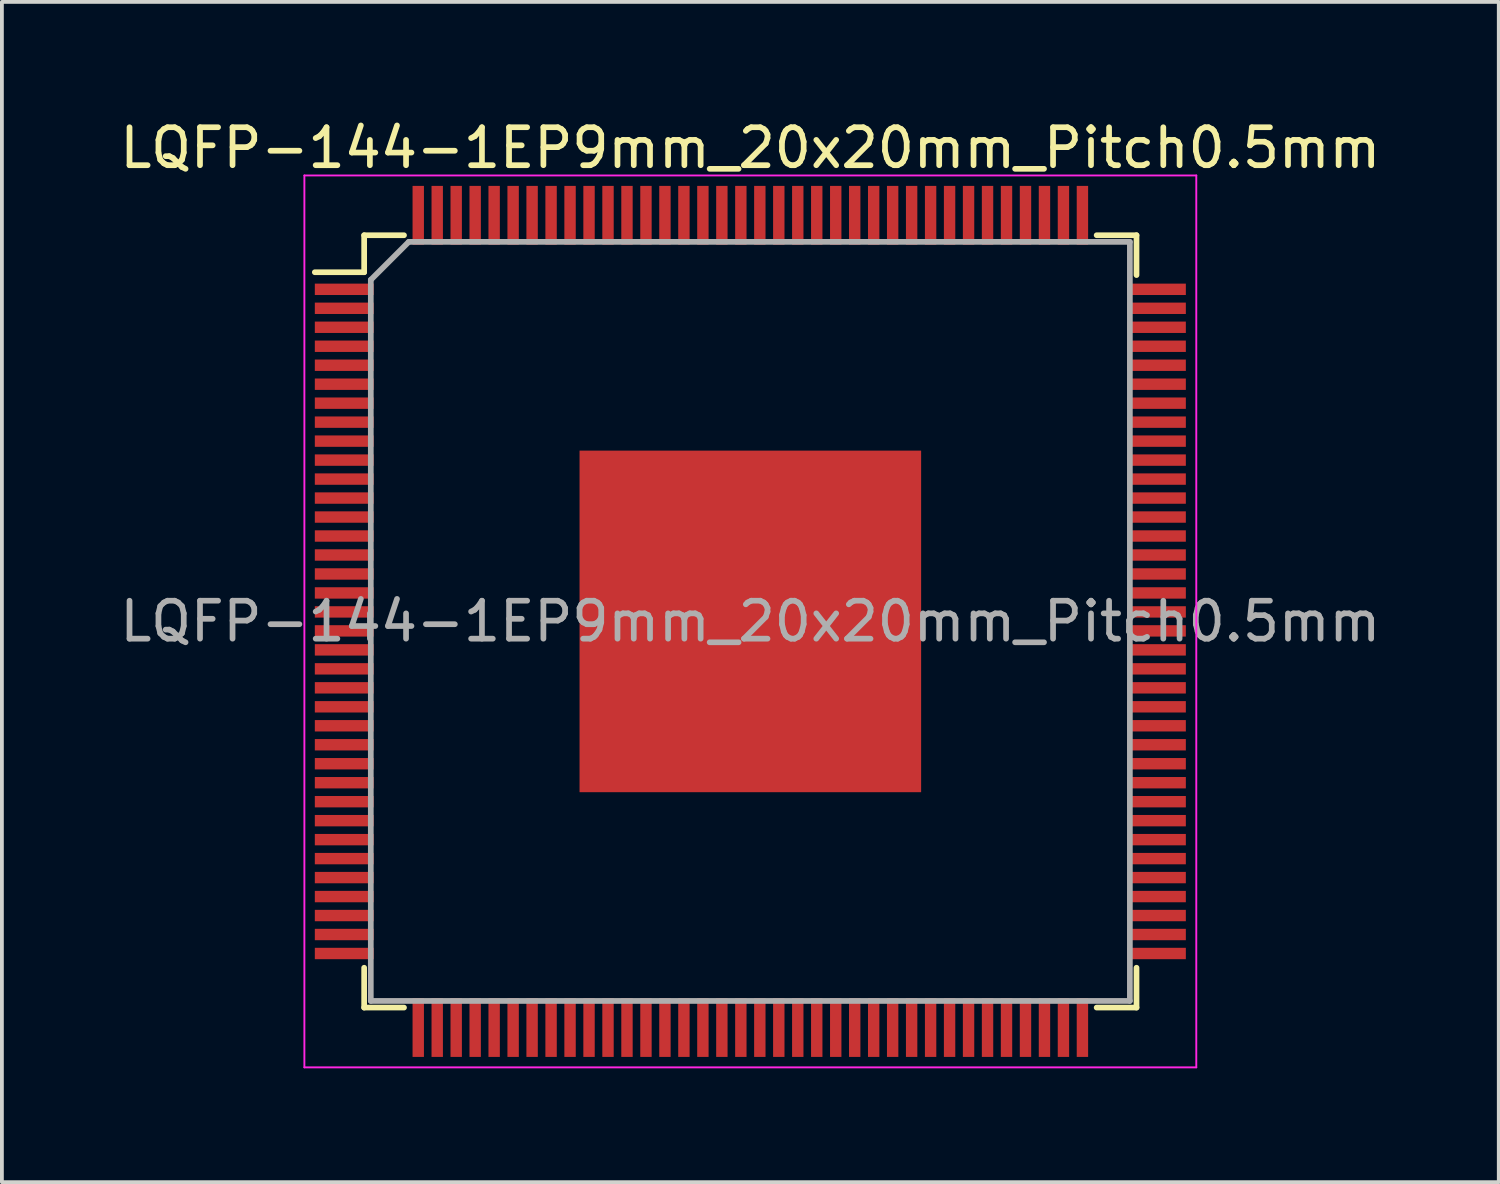
<source format=kicad_pcb>
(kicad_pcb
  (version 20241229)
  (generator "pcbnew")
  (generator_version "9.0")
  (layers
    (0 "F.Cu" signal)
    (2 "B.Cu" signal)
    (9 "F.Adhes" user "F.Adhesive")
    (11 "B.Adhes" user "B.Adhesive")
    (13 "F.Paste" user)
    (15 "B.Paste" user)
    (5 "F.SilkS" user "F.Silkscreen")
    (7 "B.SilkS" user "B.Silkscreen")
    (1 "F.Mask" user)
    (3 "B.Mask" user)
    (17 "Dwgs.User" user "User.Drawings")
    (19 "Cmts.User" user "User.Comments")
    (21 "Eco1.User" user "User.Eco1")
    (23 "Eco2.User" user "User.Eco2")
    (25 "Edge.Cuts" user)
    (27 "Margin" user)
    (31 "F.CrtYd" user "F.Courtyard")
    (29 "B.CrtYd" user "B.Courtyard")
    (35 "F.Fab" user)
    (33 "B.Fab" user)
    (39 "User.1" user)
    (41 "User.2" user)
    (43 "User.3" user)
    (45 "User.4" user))
  (footprint "LQFP-144-1EP9mm_20x20mm_Pitch0.5mm"
    (layer "F.Cu")
    (at 16.72 13.323)
    (property "Reference" "LQFP-144-1EP9mm_20x20mm_Pitch0.5mm" (at 0 -12.475 0) (layer "F.SilkS") (effects (font (size 1 1) (thickness 0.15))))
    (attr smd)
    (fp_line (start -10.175 -10.175) (end -10.175 -9.2) (stroke (width 0.15) (type solid)) (layer "F.SilkS"))
    (fp_line (start -10.175 -10.175) (end -9.125 -10.175) (stroke (width 0.15) (type solid)) (layer "F.SilkS"))
    (fp_line (start -10.175 -9.2) (end -11.475 -9.2) (stroke (width 0.15) (type solid)) (layer "F.SilkS"))
    (fp_line (start -10.175 10.175) (end -10.175 9.125) (stroke (width 0.15) (type solid)) (layer "F.SilkS"))
    (fp_line (start -10.175 10.175) (end -9.125 10.175) (stroke (width 0.15) (type solid)) (layer "F.SilkS"))
    (fp_line (start 10.175 -10.175) (end 9.125 -10.175) (stroke (width 0.15) (type solid)) (layer "F.SilkS"))
    (fp_line (start 10.175 -10.175) (end 10.175 -9.125) (stroke (width 0.15) (type solid)) (layer "F.SilkS"))
    (fp_line (start 10.175 10.175) (end 9.125 10.175) (stroke (width 0.15) (type solid)) (layer "F.SilkS"))
    (fp_line (start 10.175 10.175) (end 10.175 9.125) (stroke (width 0.15) (type solid)) (layer "F.SilkS"))
    (fp_line (start -11.75 -11.75) (end -11.75 11.75) (stroke (width 0.05) (type solid)) (layer "F.CrtYd"))
    (fp_line (start -11.75 -11.75) (end 11.75 -11.75) (stroke (width 0.05) (type solid)) (layer "F.CrtYd"))
    (fp_line (start -11.75 11.75) (end 11.75 11.75) (stroke (width 0.05) (type solid)) (layer "F.CrtYd"))
    (fp_line (start 11.75 -11.75) (end 11.75 11.75) (stroke (width 0.05) (type solid)) (layer "F.CrtYd"))
    (fp_line (start -10 -9) (end -9 -10) (stroke (width 0.15) (type solid)) (layer "F.Fab"))
    (fp_line (start -10 10) (end -10 -9) (stroke (width 0.15) (type solid)) (layer "F.Fab"))
    (fp_line (start -9 -10) (end 10 -10) (stroke (width 0.15) (type solid)) (layer "F.Fab"))
    (fp_line (start 10 -10) (end 10 10) (stroke (width 0.15) (type solid)) (layer "F.Fab"))
    (fp_line (start 10 10) (end -10 10) (stroke (width 0.15) (type solid)) (layer "F.Fab"))
    (fp_text user "${REFERENCE}" (at 0 0 0) (layer "F.Fab") (effects (font (size 1 1) (thickness 0.15))))
    (pad "1" smd rect (at -10.7 -8.75) (size 1.55 0.3) (layers "F.Cu" "F.Mask" "F.Paste"))
    (pad "2" smd rect (at -10.7 -8.25) (size 1.55 0.3) (layers "F.Cu" "F.Mask" "F.Paste"))
    (pad "3" smd rect (at -10.7 -7.75) (size 1.55 0.3) (layers "F.Cu" "F.Mask" "F.Paste"))
    (pad "4" smd rect (at -10.7 -7.25) (size 1.55 0.3) (layers "F.Cu" "F.Mask" "F.Paste"))
    (pad "5" smd rect (at -10.7 -6.75) (size 1.55 0.3) (layers "F.Cu" "F.Mask" "F.Paste"))
    (pad "6" smd rect (at -10.7 -6.25) (size 1.55 0.3) (layers "F.Cu" "F.Mask" "F.Paste"))
    (pad "7" smd rect (at -10.7 -5.75) (size 1.55 0.3) (layers "F.Cu" "F.Mask" "F.Paste"))
    (pad "8" smd rect (at -10.7 -5.25) (size 1.55 0.3) (layers "F.Cu" "F.Mask" "F.Paste"))
    (pad "9" smd rect (at -10.7 -4.75) (size 1.55 0.3) (layers "F.Cu" "F.Mask" "F.Paste"))
    (pad "10" smd rect (at -10.7 -4.25) (size 1.55 0.3) (layers "F.Cu" "F.Mask" "F.Paste"))
    (pad "11" smd rect (at -10.7 -3.75) (size 1.55 0.3) (layers "F.Cu" "F.Mask" "F.Paste"))
    (pad "12" smd rect (at -10.7 -3.25) (size 1.55 0.3) (layers "F.Cu" "F.Mask" "F.Paste"))
    (pad "13" smd rect (at -10.7 -2.75) (size 1.55 0.3) (layers "F.Cu" "F.Mask" "F.Paste"))
    (pad "14" smd rect (at -10.7 -2.25) (size 1.55 0.3) (layers "F.Cu" "F.Mask" "F.Paste"))
    (pad "15" smd rect (at -10.7 -1.75) (size 1.55 0.3) (layers "F.Cu" "F.Mask" "F.Paste"))
    (pad "16" smd rect (at -10.7 -1.25) (size 1.55 0.3) (layers "F.Cu" "F.Mask" "F.Paste"))
    (pad "17" smd rect (at -10.7 -0.75) (size 1.55 0.3) (layers "F.Cu" "F.Mask" "F.Paste"))
    (pad "18" smd rect (at -10.7 -0.25) (size 1.55 0.3) (layers "F.Cu" "F.Mask" "F.Paste"))
    (pad "19" smd rect (at -10.7 0.25) (size 1.55 0.3) (layers "F.Cu" "F.Mask" "F.Paste"))
    (pad "20" smd rect (at -10.7 0.75) (size 1.55 0.3) (layers "F.Cu" "F.Mask" "F.Paste"))
    (pad "21" smd rect (at -10.7 1.25) (size 1.55 0.3) (layers "F.Cu" "F.Mask" "F.Paste"))
    (pad "22" smd rect (at -10.7 1.75) (size 1.55 0.3) (layers "F.Cu" "F.Mask" "F.Paste"))
    (pad "23" smd rect (at -10.7 2.25) (size 1.55 0.3) (layers "F.Cu" "F.Mask" "F.Paste"))
    (pad "24" smd rect (at -10.7 2.75) (size 1.55 0.3) (layers "F.Cu" "F.Mask" "F.Paste"))
    (pad "25" smd rect (at -10.7 3.25) (size 1.55 0.3) (layers "F.Cu" "F.Mask" "F.Paste"))
    (pad "26" smd rect (at -10.7 3.75) (size 1.55 0.3) (layers "F.Cu" "F.Mask" "F.Paste"))
    (pad "27" smd rect (at -10.7 4.25) (size 1.55 0.3) (layers "F.Cu" "F.Mask" "F.Paste"))
    (pad "28" smd rect (at -10.7 4.75) (size 1.55 0.3) (layers "F.Cu" "F.Mask" "F.Paste"))
    (pad "29" smd rect (at -10.7 5.25) (size 1.55 0.3) (layers "F.Cu" "F.Mask" "F.Paste"))
    (pad "30" smd rect (at -10.7 5.75) (size 1.55 0.3) (layers "F.Cu" "F.Mask" "F.Paste"))
    (pad "31" smd rect (at -10.7 6.25) (size 1.55 0.3) (layers "F.Cu" "F.Mask" "F.Paste"))
    (pad "32" smd rect (at -10.7 6.75) (size 1.55 0.3) (layers "F.Cu" "F.Mask" "F.Paste"))
    (pad "33" smd rect (at -10.7 7.25) (size 1.55 0.3) (layers "F.Cu" "F.Mask" "F.Paste"))
    (pad "34" smd rect (at -10.7 7.75) (size 1.55 0.3) (layers "F.Cu" "F.Mask" "F.Paste"))
    (pad "35" smd rect (at -10.7 8.25) (size 1.55 0.3) (layers "F.Cu" "F.Mask" "F.Paste"))
    (pad "36" smd rect (at -10.7 8.75) (size 1.55 0.3) (layers "F.Cu" "F.Mask" "F.Paste"))
    (pad "37" smd rect (at -8.75 10.7 90) (size 1.55 0.3) (layers "F.Cu" "F.Mask" "F.Paste"))
    (pad "38" smd rect (at -8.25 10.7 90) (size 1.55 0.3) (layers "F.Cu" "F.Mask" "F.Paste"))
    (pad "39" smd rect (at -7.75 10.7 90) (size 1.55 0.3) (layers "F.Cu" "F.Mask" "F.Paste"))
    (pad "40" smd rect (at -7.25 10.7 90) (size 1.55 0.3) (layers "F.Cu" "F.Mask" "F.Paste"))
    (pad "41" smd rect (at -6.75 10.7 90) (size 1.55 0.3) (layers "F.Cu" "F.Mask" "F.Paste"))
    (pad "42" smd rect (at -6.25 10.7 90) (size 1.55 0.3) (layers "F.Cu" "F.Mask" "F.Paste"))
    (pad "43" smd rect (at -5.75 10.7 90) (size 1.55 0.3) (layers "F.Cu" "F.Mask" "F.Paste"))
    (pad "44" smd rect (at -5.25 10.7 90) (size 1.55 0.3) (layers "F.Cu" "F.Mask" "F.Paste"))
    (pad "45" smd rect (at -4.75 10.7 90) (size 1.55 0.3) (layers "F.Cu" "F.Mask" "F.Paste"))
    (pad "46" smd rect (at -4.25 10.7 90) (size 1.55 0.3) (layers "F.Cu" "F.Mask" "F.Paste"))
    (pad "47" smd rect (at -3.75 10.7 90) (size 1.55 0.3) (layers "F.Cu" "F.Mask" "F.Paste"))
    (pad "48" smd rect (at -3.25 10.7 90) (size 1.55 0.3) (layers "F.Cu" "F.Mask" "F.Paste"))
    (pad "49" smd rect (at -2.75 10.7 90) (size 1.55 0.3) (layers "F.Cu" "F.Mask" "F.Paste"))
    (pad "50" smd rect (at -2.25 10.7 90) (size 1.55 0.3) (layers "F.Cu" "F.Mask" "F.Paste"))
    (pad "51" smd rect (at -1.75 10.7 90) (size 1.55 0.3) (layers "F.Cu" "F.Mask" "F.Paste"))
    (pad "52" smd rect (at -1.25 10.7 90) (size 1.55 0.3) (layers "F.Cu" "F.Mask" "F.Paste"))
    (pad "53" smd rect (at -0.75 10.7 90) (size 1.55 0.3) (layers "F.Cu" "F.Mask" "F.Paste"))
    (pad "54" smd rect (at -0.25 10.7 90) (size 1.55 0.3) (layers "F.Cu" "F.Mask" "F.Paste"))
    (pad "55" smd rect (at 0.25 10.7 90) (size 1.55 0.3) (layers "F.Cu" "F.Mask" "F.Paste"))
    (pad "56" smd rect (at 0.75 10.7 90) (size 1.55 0.3) (layers "F.Cu" "F.Mask" "F.Paste"))
    (pad "57" smd rect (at 1.25 10.7 90) (size 1.55 0.3) (layers "F.Cu" "F.Mask" "F.Paste"))
    (pad "58" smd rect (at 1.75 10.7 90) (size 1.55 0.3) (layers "F.Cu" "F.Mask" "F.Paste"))
    (pad "59" smd rect (at 2.25 10.7 90) (size 1.55 0.3) (layers "F.Cu" "F.Mask" "F.Paste"))
    (pad "60" smd rect (at 2.75 10.7 90) (size 1.55 0.3) (layers "F.Cu" "F.Mask" "F.Paste"))
    (pad "61" smd rect (at 3.25 10.7 90) (size 1.55 0.3) (layers "F.Cu" "F.Mask" "F.Paste"))
    (pad "62" smd rect (at 3.75 10.7 90) (size 1.55 0.3) (layers "F.Cu" "F.Mask" "F.Paste"))
    (pad "63" smd rect (at 4.25 10.7 90) (size 1.55 0.3) (layers "F.Cu" "F.Mask" "F.Paste"))
    (pad "64" smd rect (at 4.75 10.7 90) (size 1.55 0.3) (layers "F.Cu" "F.Mask" "F.Paste"))
    (pad "65" smd rect (at 5.25 10.7 90) (size 1.55 0.3) (layers "F.Cu" "F.Mask" "F.Paste"))
    (pad "66" smd rect (at 5.75 10.7 90) (size 1.55 0.3) (layers "F.Cu" "F.Mask" "F.Paste"))
    (pad "67" smd rect (at 6.25 10.7 90) (size 1.55 0.3) (layers "F.Cu" "F.Mask" "F.Paste"))
    (pad "68" smd rect (at 6.75 10.7 90) (size 1.55 0.3) (layers "F.Cu" "F.Mask" "F.Paste"))
    (pad "69" smd rect (at 7.25 10.7 90) (size 1.55 0.3) (layers "F.Cu" "F.Mask" "F.Paste"))
    (pad "70" smd rect (at 7.75 10.7 90) (size 1.55 0.3) (layers "F.Cu" "F.Mask" "F.Paste"))
    (pad "71" smd rect (at 8.25 10.7 90) (size 1.55 0.3) (layers "F.Cu" "F.Mask" "F.Paste"))
    (pad "72" smd rect (at 8.75 10.7 90) (size 1.55 0.3) (layers "F.Cu" "F.Mask" "F.Paste"))
    (pad "73" smd rect (at 10.7 8.75) (size 1.55 0.3) (layers "F.Cu" "F.Mask" "F.Paste"))
    (pad "74" smd rect (at 10.7 8.25) (size 1.55 0.3) (layers "F.Cu" "F.Mask" "F.Paste"))
    (pad "75" smd rect (at 10.7 7.75) (size 1.55 0.3) (layers "F.Cu" "F.Mask" "F.Paste"))
    (pad "76" smd rect (at 10.7 7.25) (size 1.55 0.3) (layers "F.Cu" "F.Mask" "F.Paste"))
    (pad "77" smd rect (at 10.7 6.75) (size 1.55 0.3) (layers "F.Cu" "F.Mask" "F.Paste"))
    (pad "78" smd rect (at 10.7 6.25) (size 1.55 0.3) (layers "F.Cu" "F.Mask" "F.Paste"))
    (pad "79" smd rect (at 10.7 5.75) (size 1.55 0.3) (layers "F.Cu" "F.Mask" "F.Paste"))
    (pad "80" smd rect (at 10.7 5.25) (size 1.55 0.3) (layers "F.Cu" "F.Mask" "F.Paste"))
    (pad "81" smd rect (at 10.7 4.75) (size 1.55 0.3) (layers "F.Cu" "F.Mask" "F.Paste"))
    (pad "82" smd rect (at 10.7 4.25) (size 1.55 0.3) (layers "F.Cu" "F.Mask" "F.Paste"))
    (pad "83" smd rect (at 10.7 3.75) (size 1.55 0.3) (layers "F.Cu" "F.Mask" "F.Paste"))
    (pad "84" smd rect (at 10.7 3.25) (size 1.55 0.3) (layers "F.Cu" "F.Mask" "F.Paste"))
    (pad "85" smd rect (at 10.7 2.75) (size 1.55 0.3) (layers "F.Cu" "F.Mask" "F.Paste"))
    (pad "86" smd rect (at 10.7 2.25) (size 1.55 0.3) (layers "F.Cu" "F.Mask" "F.Paste"))
    (pad "87" smd rect (at 10.7 1.75) (size 1.55 0.3) (layers "F.Cu" "F.Mask" "F.Paste"))
    (pad "88" smd rect (at 10.7 1.25) (size 1.55 0.3) (layers "F.Cu" "F.Mask" "F.Paste"))
    (pad "89" smd rect (at 10.7 0.75) (size 1.55 0.3) (layers "F.Cu" "F.Mask" "F.Paste"))
    (pad "90" smd rect (at 10.7 0.25) (size 1.55 0.3) (layers "F.Cu" "F.Mask" "F.Paste"))
    (pad "91" smd rect (at 10.7 -0.25) (size 1.55 0.3) (layers "F.Cu" "F.Mask" "F.Paste"))
    (pad "92" smd rect (at 10.7 -0.75) (size 1.55 0.3) (layers "F.Cu" "F.Mask" "F.Paste"))
    (pad "93" smd rect (at 10.7 -1.25) (size 1.55 0.3) (layers "F.Cu" "F.Mask" "F.Paste"))
    (pad "94" smd rect (at 10.7 -1.75) (size 1.55 0.3) (layers "F.Cu" "F.Mask" "F.Paste"))
    (pad "95" smd rect (at 10.7 -2.25) (size 1.55 0.3) (layers "F.Cu" "F.Mask" "F.Paste"))
    (pad "96" smd rect (at 10.7 -2.75) (size 1.55 0.3) (layers "F.Cu" "F.Mask" "F.Paste"))
    (pad "97" smd rect (at 10.7 -3.25) (size 1.55 0.3) (layers "F.Cu" "F.Mask" "F.Paste"))
    (pad "98" smd rect (at 10.7 -3.75) (size 1.55 0.3) (layers "F.Cu" "F.Mask" "F.Paste"))
    (pad "99" smd rect (at 10.7 -4.25) (size 1.55 0.3) (layers "F.Cu" "F.Mask" "F.Paste"))
    (pad "100" smd rect (at 10.7 -4.75) (size 1.55 0.3) (layers "F.Cu" "F.Mask" "F.Paste"))
    (pad "101" smd rect (at 10.7 -5.25) (size 1.55 0.3) (layers "F.Cu" "F.Mask" "F.Paste"))
    (pad "102" smd rect (at 10.7 -5.75) (size 1.55 0.3) (layers "F.Cu" "F.Mask" "F.Paste"))
    (pad "103" smd rect (at 10.7 -6.25) (size 1.55 0.3) (layers "F.Cu" "F.Mask" "F.Paste"))
    (pad "104" smd rect (at 10.7 -6.75) (size 1.55 0.3) (layers "F.Cu" "F.Mask" "F.Paste"))
    (pad "105" smd rect (at 10.7 -7.25) (size 1.55 0.3) (layers "F.Cu" "F.Mask" "F.Paste"))
    (pad "106" smd rect (at 10.7 -7.75) (size 1.55 0.3) (layers "F.Cu" "F.Mask" "F.Paste"))
    (pad "107" smd rect (at 10.7 -8.25) (size 1.55 0.3) (layers "F.Cu" "F.Mask" "F.Paste"))
    (pad "108" smd rect (at 10.7 -8.75) (size 1.55 0.3) (layers "F.Cu" "F.Mask" "F.Paste"))
    (pad "109" smd rect (at 8.75 -10.7 90) (size 1.55 0.3) (layers "F.Cu" "F.Mask" "F.Paste"))
    (pad "110" smd rect (at 8.25 -10.7 90) (size 1.55 0.3) (layers "F.Cu" "F.Mask" "F.Paste"))
    (pad "111" smd rect (at 7.75 -10.7 90) (size 1.55 0.3) (layers "F.Cu" "F.Mask" "F.Paste"))
    (pad "112" smd rect (at 7.25 -10.7 90) (size 1.55 0.3) (layers "F.Cu" "F.Mask" "F.Paste"))
    (pad "113" smd rect (at 6.75 -10.7 90) (size 1.55 0.3) (layers "F.Cu" "F.Mask" "F.Paste"))
    (pad "114" smd rect (at 6.25 -10.7 90) (size 1.55 0.3) (layers "F.Cu" "F.Mask" "F.Paste"))
    (pad "115" smd rect (at 5.75 -10.7 90) (size 1.55 0.3) (layers "F.Cu" "F.Mask" "F.Paste"))
    (pad "116" smd rect (at 5.25 -10.7 90) (size 1.55 0.3) (layers "F.Cu" "F.Mask" "F.Paste"))
    (pad "117" smd rect (at 4.75 -10.7 90) (size 1.55 0.3) (layers "F.Cu" "F.Mask" "F.Paste"))
    (pad "118" smd rect (at 4.25 -10.7 90) (size 1.55 0.3) (layers "F.Cu" "F.Mask" "F.Paste"))
    (pad "119" smd rect (at 3.75 -10.7 90) (size 1.55 0.3) (layers "F.Cu" "F.Mask" "F.Paste"))
    (pad "120" smd rect (at 3.25 -10.7 90) (size 1.55 0.3) (layers "F.Cu" "F.Mask" "F.Paste"))
    (pad "121" smd rect (at 2.75 -10.7 90) (size 1.55 0.3) (layers "F.Cu" "F.Mask" "F.Paste"))
    (pad "122" smd rect (at 2.25 -10.7 90) (size 1.55 0.3) (layers "F.Cu" "F.Mask" "F.Paste"))
    (pad "123" smd rect (at 1.75 -10.7 90) (size 1.55 0.3) (layers "F.Cu" "F.Mask" "F.Paste"))
    (pad "124" smd rect (at 1.25 -10.7 90) (size 1.55 0.3) (layers "F.Cu" "F.Mask" "F.Paste"))
    (pad "125" smd rect (at 0.75 -10.7 90) (size 1.55 0.3) (layers "F.Cu" "F.Mask" "F.Paste"))
    (pad "126" smd rect (at 0.25 -10.7 90) (size 1.55 0.3) (layers "F.Cu" "F.Mask" "F.Paste"))
    (pad "127" smd rect (at -0.25 -10.7 90) (size 1.55 0.3) (layers "F.Cu" "F.Mask" "F.Paste"))
    (pad "128" smd rect (at -0.75 -10.7 90) (size 1.55 0.3) (layers "F.Cu" "F.Mask" "F.Paste"))
    (pad "129" smd rect (at -1.25 -10.7 90) (size 1.55 0.3) (layers "F.Cu" "F.Mask" "F.Paste"))
    (pad "130" smd rect (at -1.75 -10.7 90) (size 1.55 0.3) (layers "F.Cu" "F.Mask" "F.Paste"))
    (pad "131" smd rect (at -2.25 -10.7 90) (size 1.55 0.3) (layers "F.Cu" "F.Mask" "F.Paste"))
    (pad "132" smd rect (at -2.75 -10.7 90) (size 1.55 0.3) (layers "F.Cu" "F.Mask" "F.Paste"))
    (pad "133" smd rect (at -3.25 -10.7 90) (size 1.55 0.3) (layers "F.Cu" "F.Mask" "F.Paste"))
    (pad "134" smd rect (at -3.75 -10.7 90) (size 1.55 0.3) (layers "F.Cu" "F.Mask" "F.Paste"))
    (pad "135" smd rect (at -4.25 -10.7 90) (size 1.55 0.3) (layers "F.Cu" "F.Mask" "F.Paste"))
    (pad "136" smd rect (at -4.75 -10.7 90) (size 1.55 0.3) (layers "F.Cu" "F.Mask" "F.Paste"))
    (pad "137" smd rect (at -5.25 -10.7 90) (size 1.55 0.3) (layers "F.Cu" "F.Mask" "F.Paste"))
    (pad "138" smd rect (at -5.75 -10.7 90) (size 1.55 0.3) (layers "F.Cu" "F.Mask" "F.Paste"))
    (pad "139" smd rect (at -6.25 -10.7 90) (size 1.55 0.3) (layers "F.Cu" "F.Mask" "F.Paste"))
    (pad "140" smd rect (at -6.75 -10.7 90) (size 1.55 0.3) (layers "F.Cu" "F.Mask" "F.Paste"))
    (pad "141" smd rect (at -7.25 -10.7 90) (size 1.55 0.3) (layers "F.Cu" "F.Mask" "F.Paste"))
    (pad "142" smd rect (at -7.75 -10.7 90) (size 1.55 0.3) (layers "F.Cu" "F.Mask" "F.Paste"))
    (pad "143" smd rect (at -8.25 -10.7 90) (size 1.55 0.3) (layers "F.Cu" "F.Mask" "F.Paste"))
    (pad "144" smd rect (at -8.75 -10.7 90) (size 1.55 0.3) (layers "F.Cu" "F.Mask" "F.Paste"))
    (pad "145" smd rect (at 0 0) (size 9 9) (layers "F.Cu" "F.Mask" "F.Paste")))
  (gr_rect
    (start -3 -3)
    (end 36.44 28.098)
    (stroke (width 0.1) (type default))
    (fill no)
    (layer "Edge.Cuts")))
</source>
